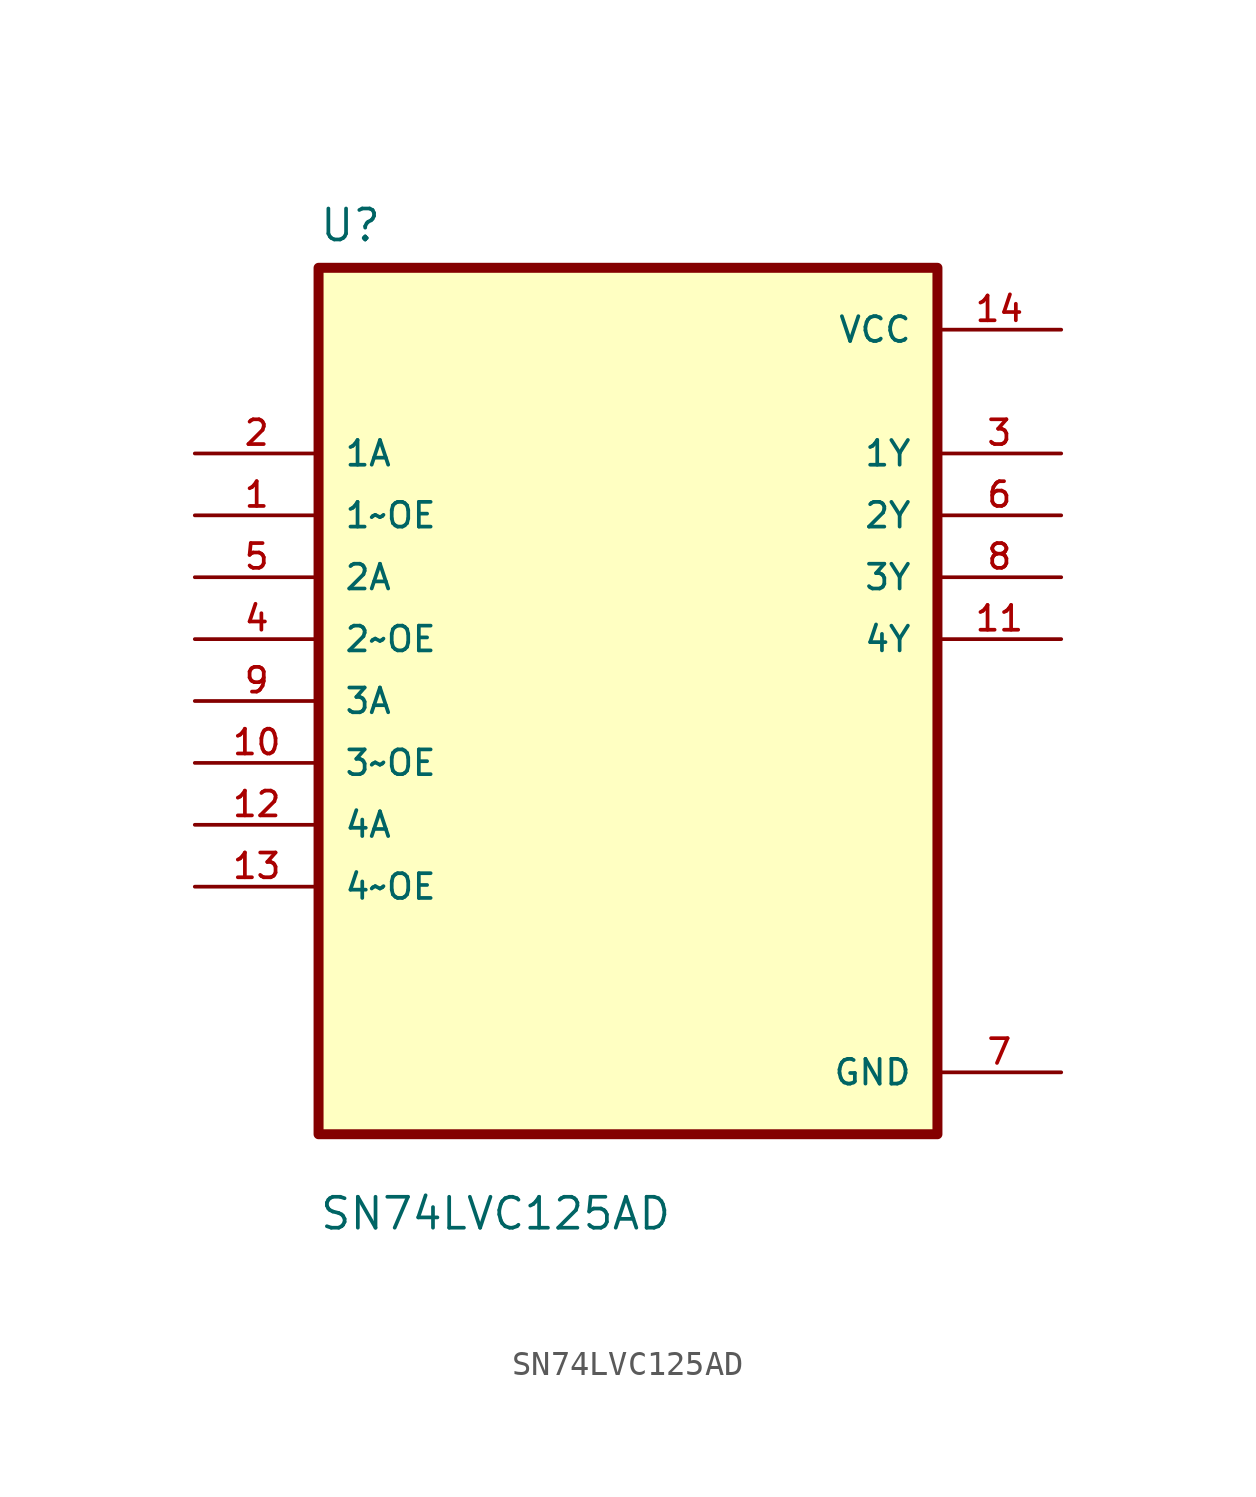
<source format=kicad_sym>
(kicad_symbol_lib
  (version 20211014)
  (generator kicad_symbol_editor)
  (symbol "SN74LVC125AD"
    (pin_names
      (offset 1.016))
    (property "Reference" "U"
      (at -12.7 18.78 0.0)
      (effects (font (size 1.27 1.27)) (justify bottom left)))
    (property "Value" "SN74LVC125AD"
      (at -12.7 -21.78 0.0)
      (effects (font (size 1.27 1.27)) (justify bottom left)))
    (symbol "SN74LVC125AD_0_0"
      (rectangle (start -12.7 -17.78) (end 12.7 17.78) (stroke (width 0.41)) (fill (type background)))
      (pin input line (at -17.78 10.16 0) (length 5.08) (name "1A" (effects (font (size 1.016 1.016)))) (number "2" (effects (font (size 1.016 1.016)))))
      (pin input line (at -17.78 7.62 0) (length 5.08) (name "1~OE" (effects (font (size 1.016 1.016)))) (number "1" (effects (font (size 1.016 1.016)))))
      (pin input line (at -17.78 5.08 0) (length 5.08) (name "2A" (effects (font (size 1.016 1.016)))) (number "5" (effects (font (size 1.016 1.016)))))
      (pin input line (at -17.78 2.54 0) (length 5.08) (name "2~OE" (effects (font (size 1.016 1.016)))) (number "4" (effects (font (size 1.016 1.016)))))
      (pin input line (at -17.78 0.0 0) (length 5.08) (name "3A" (effects (font (size 1.016 1.016)))) (number "9" (effects (font (size 1.016 1.016)))))
      (pin input line (at -17.78 -2.54 0) (length 5.08) (name "3~OE" (effects (font (size 1.016 1.016)))) (number "10" (effects (font (size 1.016 1.016)))))
      (pin input line (at -17.78 -5.08 0) (length 5.08) (name "4A" (effects (font (size 1.016 1.016)))) (number "12" (effects (font (size 1.016 1.016)))))
      (pin input line (at -17.78 -7.62 0) (length 5.08) (name "4~OE" (effects (font (size 1.016 1.016)))) (number "13" (effects (font (size 1.016 1.016)))))
      (pin power_in line (at 17.78 15.24 180.0) (length 5.08) (name "VCC" (effects (font (size 1.016 1.016)))) (number "14" (effects (font (size 1.016 1.016)))))
      (pin output line (at 17.78 10.16 180.0) (length 5.08) (name "1Y" (effects (font (size 1.016 1.016)))) (number "3" (effects (font (size 1.016 1.016)))))
      (pin output line (at 17.78 7.62 180.0) (length 5.08) (name "2Y" (effects (font (size 1.016 1.016)))) (number "6" (effects (font (size 1.016 1.016)))))
      (pin output line (at 17.78 5.08 180.0) (length 5.08) (name "3Y" (effects (font (size 1.016 1.016)))) (number "8" (effects (font (size 1.016 1.016)))))
      (pin output line (at 17.78 2.54 180.0) (length 5.08) (name "4Y" (effects (font (size 1.016 1.016)))) (number "11" (effects (font (size 1.016 1.016)))))
      (pin power_in line (at 17.78 -15.24 180.0) (length 5.08) (name "GND" (effects (font (size 1.016 1.016)))) (number "7" (effects (font (size 1.016 1.016))))))))
</source>
